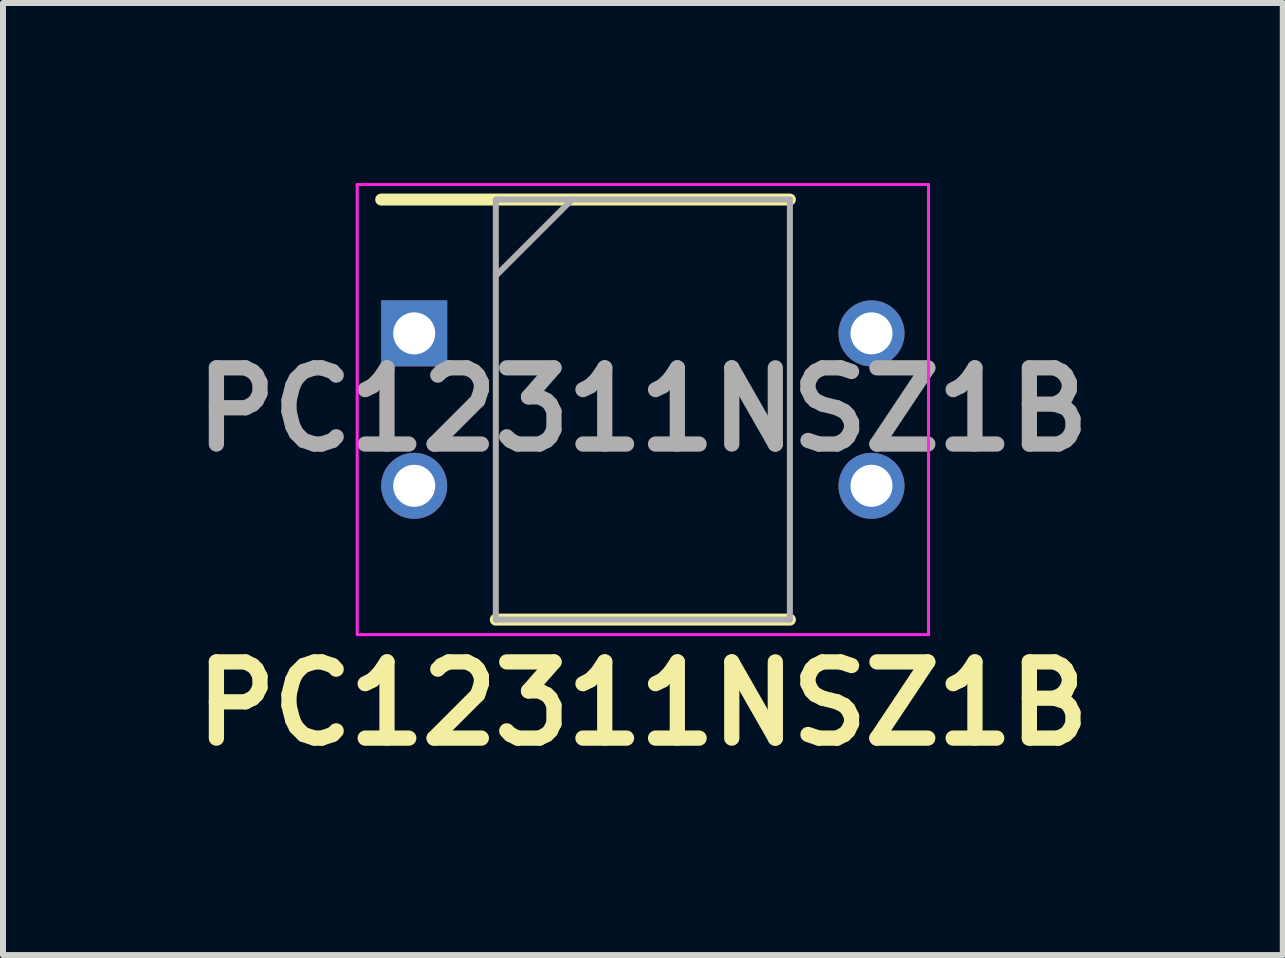
<source format=kicad_pcb>
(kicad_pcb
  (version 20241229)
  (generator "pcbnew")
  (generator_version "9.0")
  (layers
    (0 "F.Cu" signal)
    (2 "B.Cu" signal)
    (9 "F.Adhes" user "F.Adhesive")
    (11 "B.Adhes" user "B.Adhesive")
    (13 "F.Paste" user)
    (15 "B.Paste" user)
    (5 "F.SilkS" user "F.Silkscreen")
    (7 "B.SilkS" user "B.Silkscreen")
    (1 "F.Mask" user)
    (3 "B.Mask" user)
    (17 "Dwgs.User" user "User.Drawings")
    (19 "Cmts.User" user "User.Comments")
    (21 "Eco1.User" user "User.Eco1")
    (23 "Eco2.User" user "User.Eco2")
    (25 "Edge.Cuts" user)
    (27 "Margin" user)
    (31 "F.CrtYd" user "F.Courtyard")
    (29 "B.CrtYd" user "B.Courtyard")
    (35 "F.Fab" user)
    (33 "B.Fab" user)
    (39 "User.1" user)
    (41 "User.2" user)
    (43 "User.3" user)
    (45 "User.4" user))
  (footprint "PC12311NSZ1B"
    (layer "F.Cu")
    (at 7.662 3.775)
    (property "Reference" "PC12311NSZ1B" (at 0 4.9 0) (layer "F.SilkS") (effects (font (size 1.27 1.27) (thickness 0.254))))
    (attr through_hole)
    (fp_line (start -4.36 -3.5) (end 2.45 -3.5) (stroke (width 0.2) (type solid)) (layer "F.SilkS"))
    (fp_line (start -2.45 3.5) (end 2.45 3.5) (stroke (width 0.2) (type solid)) (layer "F.SilkS"))
    (fp_line (start -4.76 -3.75) (end 4.76 -3.75) (stroke (width 0.05) (type solid)) (layer "F.CrtYd"))
    (fp_line (start -4.76 3.75) (end -4.76 -3.75) (stroke (width 0.05) (type solid)) (layer "F.CrtYd"))
    (fp_line (start 4.76 -3.75) (end 4.76 3.75) (stroke (width 0.05) (type solid)) (layer "F.CrtYd"))
    (fp_line (start 4.76 3.75) (end -4.76 3.75) (stroke (width 0.05) (type solid)) (layer "F.CrtYd"))
    (fp_line (start -2.45 -3.5) (end 2.45 -3.5) (stroke (width 0.1) (type solid)) (layer "F.Fab"))
    (fp_line (start -2.45 -2.23) (end -1.18 -3.5) (stroke (width 0.1) (type solid)) (layer "F.Fab"))
    (fp_line (start -2.45 3.5) (end -2.45 -3.5) (stroke (width 0.1) (type solid)) (layer "F.Fab"))
    (fp_line (start 2.45 -3.5) (end 2.45 3.5) (stroke (width 0.1) (type solid)) (layer "F.Fab"))
    (fp_line (start 2.45 3.5) (end -2.45 3.5) (stroke (width 0.1) (type solid)) (layer "F.Fab"))
    (fp_text user "${REFERENCE}" (at 0 0 0) (layer "F.Fab") (effects (font (size 1.27 1.27) (thickness 0.254))))
    (pad "1" thru_hole rect (at -3.81 -1.27) (size 1.1 1.1) (drill 0.7) (layers "*.Cu" "*.Mask"))
    (pad "2" thru_hole circle (at -3.81 1.27) (size 1.1 1.1) (drill 0.7) (layers "*.Cu" "*.Mask"))
    (pad "3" thru_hole circle (at 3.81 1.27) (size 1.1 1.1) (drill 0.7) (layers "*.Cu" "*.Mask"))
    (pad "4" thru_hole circle (at 3.81 -1.27) (size 1.1 1.1) (drill 0.7) (layers "*.Cu" "*.Mask")))
  (gr_rect
    (start -3 -3)
    (end 18.325 12.864)
    (stroke (width 0.1) (type default))
    (fill no)
    (layer "Edge.Cuts")))
</source>
